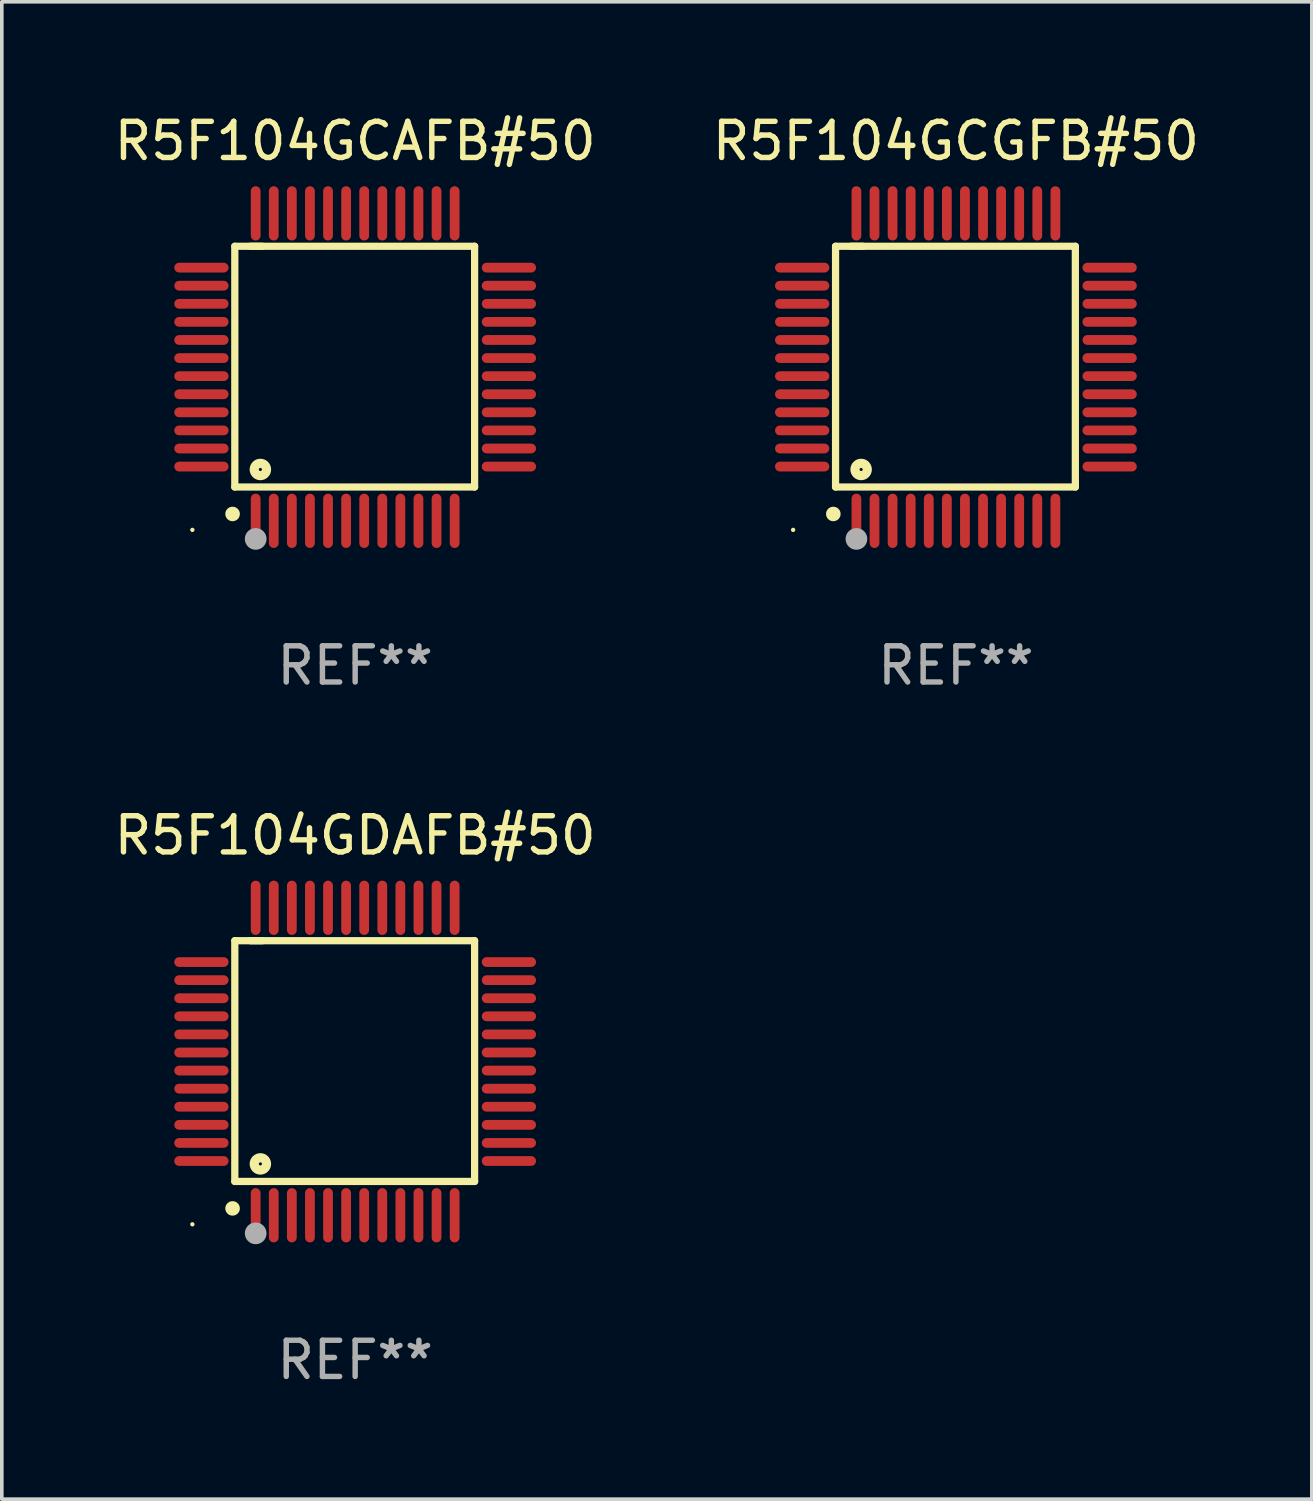
<source format=kicad_pcb>
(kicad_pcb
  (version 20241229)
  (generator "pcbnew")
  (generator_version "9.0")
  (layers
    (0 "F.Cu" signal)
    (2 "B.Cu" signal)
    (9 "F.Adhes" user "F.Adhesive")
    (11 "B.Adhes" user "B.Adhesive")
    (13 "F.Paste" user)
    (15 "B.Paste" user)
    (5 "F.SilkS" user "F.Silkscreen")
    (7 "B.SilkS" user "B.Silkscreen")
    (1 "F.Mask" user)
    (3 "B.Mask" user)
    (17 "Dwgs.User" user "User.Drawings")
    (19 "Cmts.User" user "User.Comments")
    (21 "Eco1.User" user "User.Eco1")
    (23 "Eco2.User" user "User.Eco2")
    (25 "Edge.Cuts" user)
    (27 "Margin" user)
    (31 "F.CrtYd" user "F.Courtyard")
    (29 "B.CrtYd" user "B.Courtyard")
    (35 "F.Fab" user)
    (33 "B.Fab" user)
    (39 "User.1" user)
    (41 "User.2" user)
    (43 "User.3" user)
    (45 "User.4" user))
  (footprint "R5F104GDAFB#50"
    (layer "F.Cu")
    (at 6.768 26.295)
    (property "Reference" "R5F104GDAFB#50" (at 0 -6.25 0) (layer "F.SilkS") (effects (font (size 1 1) (thickness 0.15))))
    (attr through_hole)
    (fp_line (start -3.327 -3.34) (end -2.565 -3.34) (stroke (width 0.2) (type solid)) (layer "F.SilkS"))
    (fp_line (start -3.327 3.315) (end -3.327 -3.34) (stroke (width 0.2) (type solid)) (layer "F.SilkS"))
    (fp_line (start -2.896 -3.34) (end 3.302 -3.34) (stroke (width 0.2) (type solid)) (layer "F.SilkS"))
    (fp_line (start 3.302 -3.34) (end 3.302 3.315) (stroke (width 0.2) (type solid)) (layer "F.SilkS"))
    (fp_line (start 3.302 3.315) (end -3.327 3.315) (stroke (width 0.2) (type solid)) (layer "F.SilkS"))
    (fp_arc (start -3.389992 4.059995) (mid -3.388722 4.059991) (end -3.387452 4.059995) (stroke (width 0.4) (type solid)) (layer "F.SilkS"))
    (fp_circle (center -4.5 4.5) (end -4.47 4.5) (stroke (width 0.06) (type solid)) (fill no) (layer "F.SilkS"))
    (fp_circle (center -2.62 2.83) (end -2.45 2.83) (stroke (width 0.254) (type solid)) (fill no) (layer "F.SilkS"))
    (fp_circle (center -2.75 4.75) (end -2.6 4.75) (stroke (width 0.3) (type solid)) (fill no) (layer "F.Fab"))
    (fp_text user "REF**" (at 0 8.25 0) (layer "F.Fab") (effects (font (size 1 1) (thickness 0.15))))
    (pad "1" smd oval (at -2.75 4.25) (size 0.27 1.5) (layers "F.Cu" "F.Mask" "F.Paste"))
    (pad "2" smd oval (at -2.25 4.25) (size 0.27 1.5) (layers "F.Cu" "F.Mask" "F.Paste"))
    (pad "3" smd oval (at -1.75 4.25) (size 0.27 1.5) (layers "F.Cu" "F.Mask" "F.Paste"))
    (pad "4" smd oval (at -1.25 4.25) (size 0.27 1.5) (layers "F.Cu" "F.Mask" "F.Paste"))
    (pad "5" smd oval (at -0.75 4.25) (size 0.27 1.5) (layers "F.Cu" "F.Mask" "F.Paste"))
    (pad "6" smd oval (at -0.25 4.25) (size 0.27 1.5) (layers "F.Cu" "F.Mask" "F.Paste"))
    (pad "7" smd oval (at 0.25 4.25) (size 0.27 1.5) (layers "F.Cu" "F.Mask" "F.Paste"))
    (pad "8" smd oval (at 0.75 4.25) (size 0.27 1.5) (layers "F.Cu" "F.Mask" "F.Paste"))
    (pad "9" smd oval (at 1.25 4.25) (size 0.27 1.5) (layers "F.Cu" "F.Mask" "F.Paste"))
    (pad "10" smd oval (at 1.75 4.25) (size 0.27 1.5) (layers "F.Cu" "F.Mask" "F.Paste"))
    (pad "11" smd oval (at 2.25 4.25) (size 0.27 1.5) (layers "F.Cu" "F.Mask" "F.Paste"))
    (pad "12" smd oval (at 2.75 4.25) (size 0.27 1.5) (layers "F.Cu" "F.Mask" "F.Paste"))
    (pad "13" smd oval (at 4.25 2.75) (size 1.5 0.27) (layers "F.Cu" "F.Mask" "F.Paste"))
    (pad "14" smd oval (at 4.25 2.25) (size 1.5 0.27) (layers "F.Cu" "F.Mask" "F.Paste"))
    (pad "15" smd oval (at 4.25 1.75) (size 1.5 0.27) (layers "F.Cu" "F.Mask" "F.Paste"))
    (pad "16" smd oval (at 4.25 1.25) (size 1.5 0.27) (layers "F.Cu" "F.Mask" "F.Paste"))
    (pad "17" smd oval (at 4.25 0.75) (size 1.5 0.27) (layers "F.Cu" "F.Mask" "F.Paste"))
    (pad "18" smd oval (at 4.25 0.25) (size 1.5 0.27) (layers "F.Cu" "F.Mask" "F.Paste"))
    (pad "19" smd oval (at 4.25 -0.25) (size 1.5 0.27) (layers "F.Cu" "F.Mask" "F.Paste"))
    (pad "20" smd oval (at 4.25 -0.75) (size 1.5 0.27) (layers "F.Cu" "F.Mask" "F.Paste"))
    (pad "21" smd oval (at 4.25 -1.25) (size 1.5 0.27) (layers "F.Cu" "F.Mask" "F.Paste"))
    (pad "22" smd oval (at 4.25 -1.75) (size 1.5 0.27) (layers "F.Cu" "F.Mask" "F.Paste"))
    (pad "23" smd oval (at 4.25 -2.25) (size 1.5 0.27) (layers "F.Cu" "F.Mask" "F.Paste"))
    (pad "24" smd oval (at 4.25 -2.75) (size 1.5 0.27) (layers "F.Cu" "F.Mask" "F.Paste"))
    (pad "25" smd oval (at 2.75 -4.25) (size 0.27 1.5) (layers "F.Cu" "F.Mask" "F.Paste"))
    (pad "26" smd oval (at 2.25 -4.25) (size 0.27 1.5) (layers "F.Cu" "F.Mask" "F.Paste"))
    (pad "27" smd oval (at 1.75 -4.25) (size 0.27 1.5) (layers "F.Cu" "F.Mask" "F.Paste"))
    (pad "28" smd oval (at 1.25 -4.25) (size 0.27 1.5) (layers "F.Cu" "F.Mask" "F.Paste"))
    (pad "29" smd oval (at 0.75 -4.25) (size 0.27 1.5) (layers "F.Cu" "F.Mask" "F.Paste"))
    (pad "30" smd oval (at 0.25 -4.25) (size 0.27 1.5) (layers "F.Cu" "F.Mask" "F.Paste"))
    (pad "31" smd oval (at -0.25 -4.25) (size 0.27 1.5) (layers "F.Cu" "F.Mask" "F.Paste"))
    (pad "32" smd oval (at -0.75 -4.25) (size 0.27 1.5) (layers "F.Cu" "F.Mask" "F.Paste"))
    (pad "33" smd oval (at -1.25 -4.25) (size 0.27 1.5) (layers "F.Cu" "F.Mask" "F.Paste"))
    (pad "34" smd oval (at -1.75 -4.25) (size 0.27 1.5) (layers "F.Cu" "F.Mask" "F.Paste"))
    (pad "35" smd oval (at -2.25 -4.25) (size 0.27 1.5) (layers "F.Cu" "F.Mask" "F.Paste"))
    (pad "36" smd oval (at -2.75 -4.25) (size 0.27 1.5) (layers "F.Cu" "F.Mask" "F.Paste"))
    (pad "37" smd oval (at -4.25 -2.75) (size 1.5 0.27) (layers "F.Cu" "F.Mask" "F.Paste"))
    (pad "38" smd oval (at -4.25 -2.25) (size 1.5 0.27) (layers "F.Cu" "F.Mask" "F.Paste"))
    (pad "39" smd oval (at -4.25 -1.75) (size 1.5 0.27) (layers "F.Cu" "F.Mask" "F.Paste"))
    (pad "40" smd oval (at -4.25 -1.25) (size 1.5 0.27) (layers "F.Cu" "F.Mask" "F.Paste"))
    (pad "41" smd oval (at -4.25 -0.75) (size 1.5 0.27) (layers "F.Cu" "F.Mask" "F.Paste"))
    (pad "42" smd oval (at -4.25 -0.25) (size 1.5 0.27) (layers "F.Cu" "F.Mask" "F.Paste"))
    (pad "43" smd oval (at -4.25 0.25) (size 1.5 0.27) (layers "F.Cu" "F.Mask" "F.Paste"))
    (pad "44" smd oval (at -4.25 0.75) (size 1.5 0.27) (layers "F.Cu" "F.Mask" "F.Paste"))
    (pad "45" smd oval (at -4.25 1.25) (size 1.5 0.27) (layers "F.Cu" "F.Mask" "F.Paste"))
    (pad "46" smd oval (at -4.25 1.75) (size 1.5 0.27) (layers "F.Cu" "F.Mask" "F.Paste"))
    (pad "47" smd oval (at -4.25 2.25) (size 1.5 0.27) (layers "F.Cu" "F.Mask" "F.Paste"))
    (pad "48" smd oval (at -4.25 2.75) (size 1.5 0.27) (layers "F.Cu" "F.Mask" "F.Paste")))
  (footprint "R5F104GCGFB#50"
    (layer "F.Cu")
    (at 23.375 7.098)
    (property "Reference" "R5F104GCGFB#50" (at 0 -6.25 0) (layer "F.SilkS") (effects (font (size 1 1) (thickness 0.15))))
    (attr through_hole)
    (fp_line (start -3.327 -3.34) (end -2.565 -3.34) (stroke (width 0.2) (type solid)) (layer "F.SilkS"))
    (fp_line (start -3.327 3.315) (end -3.327 -3.34) (stroke (width 0.2) (type solid)) (layer "F.SilkS"))
    (fp_line (start -2.896 -3.34) (end 3.302 -3.34) (stroke (width 0.2) (type solid)) (layer "F.SilkS"))
    (fp_line (start 3.302 -3.34) (end 3.302 3.315) (stroke (width 0.2) (type solid)) (layer "F.SilkS"))
    (fp_line (start 3.302 3.315) (end -3.327 3.315) (stroke (width 0.2) (type solid)) (layer "F.SilkS"))
    (fp_arc (start -3.389992 4.059995) (mid -3.388722 4.059991) (end -3.387452 4.059995) (stroke (width 0.4) (type solid)) (layer "F.SilkS"))
    (fp_circle (center -4.5 4.5) (end -4.47 4.5) (stroke (width 0.06) (type solid)) (fill no) (layer "F.SilkS"))
    (fp_circle (center -2.62 2.83) (end -2.45 2.83) (stroke (width 0.254) (type solid)) (fill no) (layer "F.SilkS"))
    (fp_circle (center -2.75 4.75) (end -2.6 4.75) (stroke (width 0.3) (type solid)) (fill no) (layer "F.Fab"))
    (fp_text user "REF**" (at 0 8.25 0) (layer "F.Fab") (effects (font (size 1 1) (thickness 0.15))))
    (pad "1" smd oval (at -2.75 4.25) (size 0.27 1.5) (layers "F.Cu" "F.Mask" "F.Paste"))
    (pad "2" smd oval (at -2.25 4.25) (size 0.27 1.5) (layers "F.Cu" "F.Mask" "F.Paste"))
    (pad "3" smd oval (at -1.75 4.25) (size 0.27 1.5) (layers "F.Cu" "F.Mask" "F.Paste"))
    (pad "4" smd oval (at -1.25 4.25) (size 0.27 1.5) (layers "F.Cu" "F.Mask" "F.Paste"))
    (pad "5" smd oval (at -0.75 4.25) (size 0.27 1.5) (layers "F.Cu" "F.Mask" "F.Paste"))
    (pad "6" smd oval (at -0.25 4.25) (size 0.27 1.5) (layers "F.Cu" "F.Mask" "F.Paste"))
    (pad "7" smd oval (at 0.25 4.25) (size 0.27 1.5) (layers "F.Cu" "F.Mask" "F.Paste"))
    (pad "8" smd oval (at 0.75 4.25) (size 0.27 1.5) (layers "F.Cu" "F.Mask" "F.Paste"))
    (pad "9" smd oval (at 1.25 4.25) (size 0.27 1.5) (layers "F.Cu" "F.Mask" "F.Paste"))
    (pad "10" smd oval (at 1.75 4.25) (size 0.27 1.5) (layers "F.Cu" "F.Mask" "F.Paste"))
    (pad "11" smd oval (at 2.25 4.25) (size 0.27 1.5) (layers "F.Cu" "F.Mask" "F.Paste"))
    (pad "12" smd oval (at 2.75 4.25) (size 0.27 1.5) (layers "F.Cu" "F.Mask" "F.Paste"))
    (pad "13" smd oval (at 4.25 2.75) (size 1.5 0.27) (layers "F.Cu" "F.Mask" "F.Paste"))
    (pad "14" smd oval (at 4.25 2.25) (size 1.5 0.27) (layers "F.Cu" "F.Mask" "F.Paste"))
    (pad "15" smd oval (at 4.25 1.75) (size 1.5 0.27) (layers "F.Cu" "F.Mask" "F.Paste"))
    (pad "16" smd oval (at 4.25 1.25) (size 1.5 0.27) (layers "F.Cu" "F.Mask" "F.Paste"))
    (pad "17" smd oval (at 4.25 0.75) (size 1.5 0.27) (layers "F.Cu" "F.Mask" "F.Paste"))
    (pad "18" smd oval (at 4.25 0.25) (size 1.5 0.27) (layers "F.Cu" "F.Mask" "F.Paste"))
    (pad "19" smd oval (at 4.25 -0.25) (size 1.5 0.27) (layers "F.Cu" "F.Mask" "F.Paste"))
    (pad "20" smd oval (at 4.25 -0.75) (size 1.5 0.27) (layers "F.Cu" "F.Mask" "F.Paste"))
    (pad "21" smd oval (at 4.25 -1.25) (size 1.5 0.27) (layers "F.Cu" "F.Mask" "F.Paste"))
    (pad "22" smd oval (at 4.25 -1.75) (size 1.5 0.27) (layers "F.Cu" "F.Mask" "F.Paste"))
    (pad "23" smd oval (at 4.25 -2.25) (size 1.5 0.27) (layers "F.Cu" "F.Mask" "F.Paste"))
    (pad "24" smd oval (at 4.25 -2.75) (size 1.5 0.27) (layers "F.Cu" "F.Mask" "F.Paste"))
    (pad "25" smd oval (at 2.75 -4.25) (size 0.27 1.5) (layers "F.Cu" "F.Mask" "F.Paste"))
    (pad "26" smd oval (at 2.25 -4.25) (size 0.27 1.5) (layers "F.Cu" "F.Mask" "F.Paste"))
    (pad "27" smd oval (at 1.75 -4.25) (size 0.27 1.5) (layers "F.Cu" "F.Mask" "F.Paste"))
    (pad "28" smd oval (at 1.25 -4.25) (size 0.27 1.5) (layers "F.Cu" "F.Mask" "F.Paste"))
    (pad "29" smd oval (at 0.75 -4.25) (size 0.27 1.5) (layers "F.Cu" "F.Mask" "F.Paste"))
    (pad "30" smd oval (at 0.25 -4.25) (size 0.27 1.5) (layers "F.Cu" "F.Mask" "F.Paste"))
    (pad "31" smd oval (at -0.25 -4.25) (size 0.27 1.5) (layers "F.Cu" "F.Mask" "F.Paste"))
    (pad "32" smd oval (at -0.75 -4.25) (size 0.27 1.5) (layers "F.Cu" "F.Mask" "F.Paste"))
    (pad "33" smd oval (at -1.25 -4.25) (size 0.27 1.5) (layers "F.Cu" "F.Mask" "F.Paste"))
    (pad "34" smd oval (at -1.75 -4.25) (size 0.27 1.5) (layers "F.Cu" "F.Mask" "F.Paste"))
    (pad "35" smd oval (at -2.25 -4.25) (size 0.27 1.5) (layers "F.Cu" "F.Mask" "F.Paste"))
    (pad "36" smd oval (at -2.75 -4.25) (size 0.27 1.5) (layers "F.Cu" "F.Mask" "F.Paste"))
    (pad "37" smd oval (at -4.25 -2.75) (size 1.5 0.27) (layers "F.Cu" "F.Mask" "F.Paste"))
    (pad "38" smd oval (at -4.25 -2.25) (size 1.5 0.27) (layers "F.Cu" "F.Mask" "F.Paste"))
    (pad "39" smd oval (at -4.25 -1.75) (size 1.5 0.27) (layers "F.Cu" "F.Mask" "F.Paste"))
    (pad "40" smd oval (at -4.25 -1.25) (size 1.5 0.27) (layers "F.Cu" "F.Mask" "F.Paste"))
    (pad "41" smd oval (at -4.25 -0.75) (size 1.5 0.27) (layers "F.Cu" "F.Mask" "F.Paste"))
    (pad "42" smd oval (at -4.25 -0.25) (size 1.5 0.27) (layers "F.Cu" "F.Mask" "F.Paste"))
    (pad "43" smd oval (at -4.25 0.25) (size 1.5 0.27) (layers "F.Cu" "F.Mask" "F.Paste"))
    (pad "44" smd oval (at -4.25 0.75) (size 1.5 0.27) (layers "F.Cu" "F.Mask" "F.Paste"))
    (pad "45" smd oval (at -4.25 1.25) (size 1.5 0.27) (layers "F.Cu" "F.Mask" "F.Paste"))
    (pad "46" smd oval (at -4.25 1.75) (size 1.5 0.27) (layers "F.Cu" "F.Mask" "F.Paste"))
    (pad "47" smd oval (at -4.25 2.25) (size 1.5 0.27) (layers "F.Cu" "F.Mask" "F.Paste"))
    (pad "48" smd oval (at -4.25 2.75) (size 1.5 0.27) (layers "F.Cu" "F.Mask" "F.Paste")))
  (footprint "R5F104GCAFB#50"
    (layer "F.Cu")
    (at 6.768 7.098)
    (property "Reference" "R5F104GCAFB#50" (at 0 -6.25 0) (layer "F.SilkS") (effects (font (size 1 1) (thickness 0.15))))
    (attr through_hole)
    (fp_line (start -3.327 -3.34) (end -2.565 -3.34) (stroke (width 0.2) (type solid)) (layer "F.SilkS"))
    (fp_line (start -3.327 3.315) (end -3.327 -3.34) (stroke (width 0.2) (type solid)) (layer "F.SilkS"))
    (fp_line (start -2.896 -3.34) (end 3.302 -3.34) (stroke (width 0.2) (type solid)) (layer "F.SilkS"))
    (fp_line (start 3.302 -3.34) (end 3.302 3.315) (stroke (width 0.2) (type solid)) (layer "F.SilkS"))
    (fp_line (start 3.302 3.315) (end -3.327 3.315) (stroke (width 0.2) (type solid)) (layer "F.SilkS"))
    (fp_arc (start -3.389992 4.059995) (mid -3.388722 4.059991) (end -3.387452 4.059995) (stroke (width 0.4) (type solid)) (layer "F.SilkS"))
    (fp_circle (center -4.5 4.5) (end -4.47 4.5) (stroke (width 0.06) (type solid)) (fill no) (layer "F.SilkS"))
    (fp_circle (center -2.62 2.83) (end -2.45 2.83) (stroke (width 0.254) (type solid)) (fill no) (layer "F.SilkS"))
    (fp_circle (center -2.75 4.75) (end -2.6 4.75) (stroke (width 0.3) (type solid)) (fill no) (layer "F.Fab"))
    (fp_text user "REF**" (at 0 8.25 0) (layer "F.Fab") (effects (font (size 1 1) (thickness 0.15))))
    (pad "1" smd oval (at -2.75 4.25) (size 0.27 1.5) (layers "F.Cu" "F.Mask" "F.Paste"))
    (pad "2" smd oval (at -2.25 4.25) (size 0.27 1.5) (layers "F.Cu" "F.Mask" "F.Paste"))
    (pad "3" smd oval (at -1.75 4.25) (size 0.27 1.5) (layers "F.Cu" "F.Mask" "F.Paste"))
    (pad "4" smd oval (at -1.25 4.25) (size 0.27 1.5) (layers "F.Cu" "F.Mask" "F.Paste"))
    (pad "5" smd oval (at -0.75 4.25) (size 0.27 1.5) (layers "F.Cu" "F.Mask" "F.Paste"))
    (pad "6" smd oval (at -0.25 4.25) (size 0.27 1.5) (layers "F.Cu" "F.Mask" "F.Paste"))
    (pad "7" smd oval (at 0.25 4.25) (size 0.27 1.5) (layers "F.Cu" "F.Mask" "F.Paste"))
    (pad "8" smd oval (at 0.75 4.25) (size 0.27 1.5) (layers "F.Cu" "F.Mask" "F.Paste"))
    (pad "9" smd oval (at 1.25 4.25) (size 0.27 1.5) (layers "F.Cu" "F.Mask" "F.Paste"))
    (pad "10" smd oval (at 1.75 4.25) (size 0.27 1.5) (layers "F.Cu" "F.Mask" "F.Paste"))
    (pad "11" smd oval (at 2.25 4.25) (size 0.27 1.5) (layers "F.Cu" "F.Mask" "F.Paste"))
    (pad "12" smd oval (at 2.75 4.25) (size 0.27 1.5) (layers "F.Cu" "F.Mask" "F.Paste"))
    (pad "13" smd oval (at 4.25 2.75) (size 1.5 0.27) (layers "F.Cu" "F.Mask" "F.Paste"))
    (pad "14" smd oval (at 4.25 2.25) (size 1.5 0.27) (layers "F.Cu" "F.Mask" "F.Paste"))
    (pad "15" smd oval (at 4.25 1.75) (size 1.5 0.27) (layers "F.Cu" "F.Mask" "F.Paste"))
    (pad "16" smd oval (at 4.25 1.25) (size 1.5 0.27) (layers "F.Cu" "F.Mask" "F.Paste"))
    (pad "17" smd oval (at 4.25 0.75) (size 1.5 0.27) (layers "F.Cu" "F.Mask" "F.Paste"))
    (pad "18" smd oval (at 4.25 0.25) (size 1.5 0.27) (layers "F.Cu" "F.Mask" "F.Paste"))
    (pad "19" smd oval (at 4.25 -0.25) (size 1.5 0.27) (layers "F.Cu" "F.Mask" "F.Paste"))
    (pad "20" smd oval (at 4.25 -0.75) (size 1.5 0.27) (layers "F.Cu" "F.Mask" "F.Paste"))
    (pad "21" smd oval (at 4.25 -1.25) (size 1.5 0.27) (layers "F.Cu" "F.Mask" "F.Paste"))
    (pad "22" smd oval (at 4.25 -1.75) (size 1.5 0.27) (layers "F.Cu" "F.Mask" "F.Paste"))
    (pad "23" smd oval (at 4.25 -2.25) (size 1.5 0.27) (layers "F.Cu" "F.Mask" "F.Paste"))
    (pad "24" smd oval (at 4.25 -2.75) (size 1.5 0.27) (layers "F.Cu" "F.Mask" "F.Paste"))
    (pad "25" smd oval (at 2.75 -4.25) (size 0.27 1.5) (layers "F.Cu" "F.Mask" "F.Paste"))
    (pad "26" smd oval (at 2.25 -4.25) (size 0.27 1.5) (layers "F.Cu" "F.Mask" "F.Paste"))
    (pad "27" smd oval (at 1.75 -4.25) (size 0.27 1.5) (layers "F.Cu" "F.Mask" "F.Paste"))
    (pad "28" smd oval (at 1.25 -4.25) (size 0.27 1.5) (layers "F.Cu" "F.Mask" "F.Paste"))
    (pad "29" smd oval (at 0.75 -4.25) (size 0.27 1.5) (layers "F.Cu" "F.Mask" "F.Paste"))
    (pad "30" smd oval (at 0.25 -4.25) (size 0.27 1.5) (layers "F.Cu" "F.Mask" "F.Paste"))
    (pad "31" smd oval (at -0.25 -4.25) (size 0.27 1.5) (layers "F.Cu" "F.Mask" "F.Paste"))
    (pad "32" smd oval (at -0.75 -4.25) (size 0.27 1.5) (layers "F.Cu" "F.Mask" "F.Paste"))
    (pad "33" smd oval (at -1.25 -4.25) (size 0.27 1.5) (layers "F.Cu" "F.Mask" "F.Paste"))
    (pad "34" smd oval (at -1.75 -4.25) (size 0.27 1.5) (layers "F.Cu" "F.Mask" "F.Paste"))
    (pad "35" smd oval (at -2.25 -4.25) (size 0.27 1.5) (layers "F.Cu" "F.Mask" "F.Paste"))
    (pad "36" smd oval (at -2.75 -4.25) (size 0.27 1.5) (layers "F.Cu" "F.Mask" "F.Paste"))
    (pad "37" smd oval (at -4.25 -2.75) (size 1.5 0.27) (layers "F.Cu" "F.Mask" "F.Paste"))
    (pad "38" smd oval (at -4.25 -2.25) (size 1.5 0.27) (layers "F.Cu" "F.Mask" "F.Paste"))
    (pad "39" smd oval (at -4.25 -1.75) (size 1.5 0.27) (layers "F.Cu" "F.Mask" "F.Paste"))
    (pad "40" smd oval (at -4.25 -1.25) (size 1.5 0.27) (layers "F.Cu" "F.Mask" "F.Paste"))
    (pad "41" smd oval (at -4.25 -0.75) (size 1.5 0.27) (layers "F.Cu" "F.Mask" "F.Paste"))
    (pad "42" smd oval (at -4.25 -0.25) (size 1.5 0.27) (layers "F.Cu" "F.Mask" "F.Paste"))
    (pad "43" smd oval (at -4.25 0.25) (size 1.5 0.27) (layers "F.Cu" "F.Mask" "F.Paste"))
    (pad "44" smd oval (at -4.25 0.75) (size 1.5 0.27) (layers "F.Cu" "F.Mask" "F.Paste"))
    (pad "45" smd oval (at -4.25 1.25) (size 1.5 0.27) (layers "F.Cu" "F.Mask" "F.Paste"))
    (pad "46" smd oval (at -4.25 1.75) (size 1.5 0.27) (layers "F.Cu" "F.Mask" "F.Paste"))
    (pad "47" smd oval (at -4.25 2.25) (size 1.5 0.27) (layers "F.Cu" "F.Mask" "F.Paste"))
    (pad "48" smd oval (at -4.25 2.75) (size 1.5 0.27) (layers "F.Cu" "F.Mask" "F.Paste")))
  (gr_rect
    (start -3 -3)
    (end 33.214 38.393)
    (stroke (width 0.1) (type default))
    (fill no)
    (layer "Edge.Cuts")))
</source>
